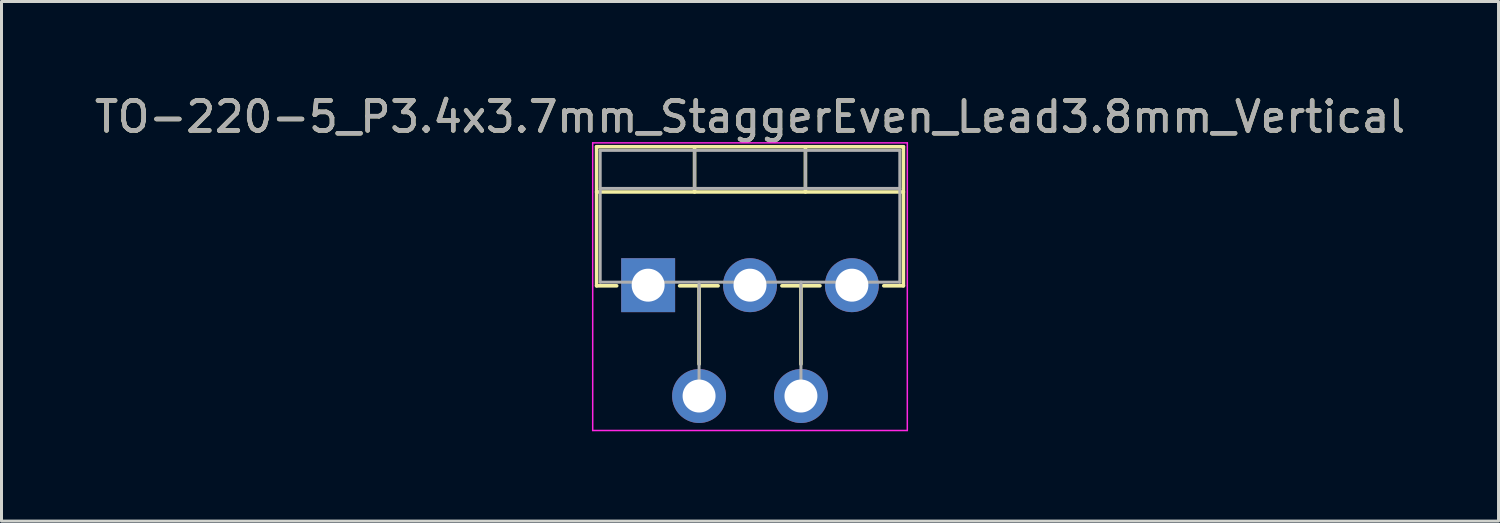
<source format=kicad_pcb>
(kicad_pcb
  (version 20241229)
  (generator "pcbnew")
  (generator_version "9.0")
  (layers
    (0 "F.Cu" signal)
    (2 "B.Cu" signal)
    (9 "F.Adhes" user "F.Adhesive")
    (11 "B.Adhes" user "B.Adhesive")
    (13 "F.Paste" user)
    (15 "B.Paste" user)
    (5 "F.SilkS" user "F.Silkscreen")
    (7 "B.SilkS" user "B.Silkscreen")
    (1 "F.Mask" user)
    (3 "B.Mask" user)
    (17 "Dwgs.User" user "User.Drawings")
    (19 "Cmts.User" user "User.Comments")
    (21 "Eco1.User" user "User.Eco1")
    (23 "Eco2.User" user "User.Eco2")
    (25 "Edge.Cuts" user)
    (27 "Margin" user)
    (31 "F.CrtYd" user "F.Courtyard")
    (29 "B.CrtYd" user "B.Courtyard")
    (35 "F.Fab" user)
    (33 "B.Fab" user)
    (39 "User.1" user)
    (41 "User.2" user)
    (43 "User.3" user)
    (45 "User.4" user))
  (footprint "TO-220-5_P3.4x3.7mm_StaggerEven_Lead3.8mm_Vertical"
    (layer "F.Cu")
    (at 18.582 6.468)
    (property "Reference" "TO-220-5_P3.4x3.7mm_StaggerEven_Lead3.8mm_Vertical" (at 3.4 -5.62 0) (layer "F.SilkS") (effects (font (size 1 1) (thickness 0.15))))
    (attr through_hole)
    (fp_line (start -1.721 -4.62) (end -1.721 0.021) (stroke (width 0.12) (type solid)) (layer "F.SilkS"))
    (fp_line (start -1.721 -4.62) (end 8.52 -4.62) (stroke (width 0.12) (type solid)) (layer "F.SilkS"))
    (fp_line (start -1.721 -3.111) (end 8.52 -3.111) (stroke (width 0.12) (type solid)) (layer "F.SilkS"))
    (fp_line (start -1.721 0.021) (end -1.05 0.021) (stroke (width 0.12) (type solid)) (layer "F.SilkS"))
    (fp_line (start 1.05 0.021) (end 2.335 0.021) (stroke (width 0.12) (type solid)) (layer "F.SilkS"))
    (fp_line (start 1.55 -4.62) (end 1.55 -3.111) (stroke (width 0.12) (type solid)) (layer "F.SilkS"))
    (fp_line (start 1.7 0.021) (end 1.7 2.635) (stroke (width 0.12) (type solid)) (layer "F.SilkS"))
    (fp_line (start 4.465 0.021) (end 5.735 0.021) (stroke (width 0.12) (type solid)) (layer "F.SilkS"))
    (fp_line (start 5.1 0.021) (end 5.1 2.635) (stroke (width 0.12) (type solid)) (layer "F.SilkS"))
    (fp_line (start 5.25 -4.62) (end 5.25 -3.111) (stroke (width 0.12) (type solid)) (layer "F.SilkS"))
    (fp_line (start 7.865 0.021) (end 8.52 0.021) (stroke (width 0.12) (type solid)) (layer "F.SilkS"))
    (fp_line (start 8.52 -4.62) (end 8.52 0.021) (stroke (width 0.12) (type solid)) (layer "F.SilkS"))
    (fp_line (start -1.85 -4.75) (end -1.85 4.85) (stroke (width 0.05) (type solid)) (layer "F.CrtYd"))
    (fp_line (start -1.85 4.85) (end 8.65 4.85) (stroke (width 0.05) (type solid)) (layer "F.CrtYd"))
    (fp_line (start 8.65 -4.75) (end -1.85 -4.75) (stroke (width 0.05) (type solid)) (layer "F.CrtYd"))
    (fp_line (start 8.65 4.85) (end 8.65 -4.75) (stroke (width 0.05) (type solid)) (layer "F.CrtYd"))
    (fp_line (start -1.6 -4.5) (end -1.6 -0.1) (stroke (width 0.1) (type solid)) (layer "F.Fab"))
    (fp_line (start -1.6 -3.23) (end 8.4 -3.23) (stroke (width 0.1) (type solid)) (layer "F.Fab"))
    (fp_line (start -1.6 -0.1) (end 8.4 -0.1) (stroke (width 0.1) (type solid)) (layer "F.Fab"))
    (fp_line (start 0 -0.1) (end 0 0) (stroke (width 0.1) (type solid)) (layer "F.Fab"))
    (fp_line (start 1.55 -4.5) (end 1.55 -3.23) (stroke (width 0.1) (type solid)) (layer "F.Fab"))
    (fp_line (start 1.7 -0.1) (end 1.7 3.7) (stroke (width 0.1) (type solid)) (layer "F.Fab"))
    (fp_line (start 3.4 -0.1) (end 3.4 0) (stroke (width 0.1) (type solid)) (layer "F.Fab"))
    (fp_line (start 5.1 -0.1) (end 5.1 3.7) (stroke (width 0.1) (type solid)) (layer "F.Fab"))
    (fp_line (start 5.25 -4.5) (end 5.25 -3.23) (stroke (width 0.1) (type solid)) (layer "F.Fab"))
    (fp_line (start 6.8 -0.1) (end 6.8 0) (stroke (width 0.1) (type solid)) (layer "F.Fab"))
    (fp_line (start 8.4 -4.5) (end -1.6 -4.5) (stroke (width 0.1) (type solid)) (layer "F.Fab"))
    (fp_line (start 8.4 -0.1) (end 8.4 -4.5) (stroke (width 0.1) (type solid)) (layer "F.Fab"))
    (fp_text user "${REFERENCE}" (at 3.4 -5.62 0) (layer "F.Fab") (effects (font (size 1 1) (thickness 0.15))))
    (pad "1" thru_hole rect (at 0 0) (size 1.8 1.8) (drill 1.1) (layers "*.Cu" "*.Mask"))
    (pad "2" thru_hole oval (at 1.7 3.7) (size 1.8 1.8) (drill 1.1) (layers "*.Cu" "*.Mask"))
    (pad "3" thru_hole oval (at 3.4 0) (size 1.8 1.8) (drill 1.1) (layers "*.Cu" "*.Mask"))
    (pad "4" thru_hole oval (at 5.1 3.7) (size 1.8 1.8) (drill 1.1) (layers "*.Cu" "*.Mask"))
    (pad "5" thru_hole oval (at 6.8 0) (size 1.8 1.8) (drill 1.1) (layers "*.Cu" "*.Mask")))
  (gr_rect
    (start -3 -3)
    (end 46.964 14.343)
    (stroke (width 0.1) (type default))
    (fill no)
    (layer "Edge.Cuts")))
</source>
